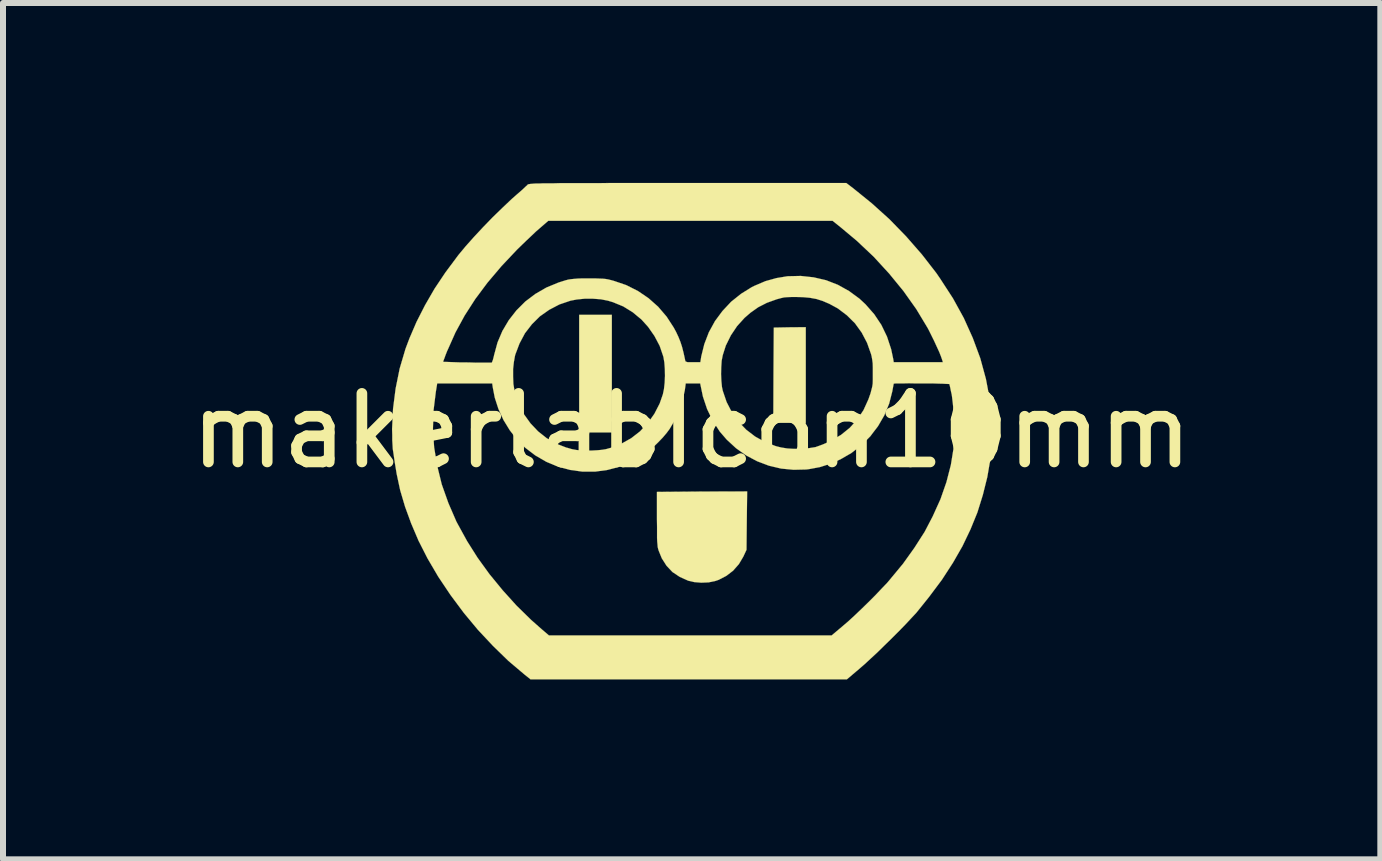
<source format=kicad_pcb>
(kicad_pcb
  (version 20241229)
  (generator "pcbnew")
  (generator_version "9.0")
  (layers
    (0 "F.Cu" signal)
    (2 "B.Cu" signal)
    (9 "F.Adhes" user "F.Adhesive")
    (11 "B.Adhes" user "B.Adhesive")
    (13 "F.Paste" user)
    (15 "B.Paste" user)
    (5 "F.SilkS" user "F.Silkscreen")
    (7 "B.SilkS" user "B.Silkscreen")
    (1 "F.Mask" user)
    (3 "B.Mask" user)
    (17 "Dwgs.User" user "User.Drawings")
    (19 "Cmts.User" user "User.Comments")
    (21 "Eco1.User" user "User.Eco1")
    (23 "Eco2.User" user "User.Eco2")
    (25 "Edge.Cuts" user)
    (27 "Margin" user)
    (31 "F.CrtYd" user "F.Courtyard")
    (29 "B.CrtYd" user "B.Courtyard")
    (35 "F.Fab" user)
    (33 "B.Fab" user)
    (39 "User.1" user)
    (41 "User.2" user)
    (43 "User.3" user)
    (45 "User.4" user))
  (footprint "makerlabIcon10mm"
    (layer "F.Cu")
    (at 8.48 4.131)
    (property "Reference" "makerlabIcon10mm" (at 0 0 0) (layer "F.SilkS") (effects (font (size 1.143 1.143) (thickness 0.178))))
    (attr through_hole)
    (fp_poly (pts (xy -1.331 0.028) (xy -1.603 0.028) (xy -1.875 0.028) (xy -1.875 -0.953) (xy -1.875 -1.933) (xy -1.603 -1.933) (xy -1.331 -1.933) (xy -1.331 -0.953) (xy -1.331 0.028)) (stroke (width 0.003) (type solid)) (fill yes) (layer "F.SilkS"))
    (fp_poly (pts (xy 1.902 -0.132) (xy 1.633 -0.132) (xy 1.361 -0.132) (xy 1.364 -0.927) (xy 1.369 -1.72) (xy 1.636 -1.725) (xy 1.902 -1.727) (xy 1.902 -0.93) (xy 1.902 -0.132)) (stroke (width 0.003) (type solid)) (fill yes) (layer "F.SilkS"))
    (fp_poly (pts (xy 0.925 1.011) (xy 0.919 1.496) (xy 0.914 1.984) (xy 0.861 2.098) (xy 0.787 2.223) (xy 0.691 2.332) (xy 0.579 2.418) (xy 0.452 2.484) (xy 0.394 2.504) (xy 0.282 2.527) (xy 0.16 2.532) (xy 0.041 2.522) (xy -0.058 2.499) (xy -0.198 2.436) (xy -0.32 2.355) (xy -0.419 2.25) (xy -0.498 2.126) (xy -0.551 1.996) (xy -0.559 1.968) (xy -0.566 1.938) (xy -0.569 1.9) (xy -0.574 1.849) (xy -0.577 1.788) (xy -0.577 1.707) (xy -0.577 1.603) (xy -0.579 1.476) (xy -0.579 1.463) (xy -0.579 1.019) (xy 0.173 1.013) (xy 0.925 1.011)) (stroke (width 0.003) (type solid)) (fill yes) (layer "F.SilkS"))
    (fp_poly (pts (xy 4.999 0.084) (xy 4.996 0.211) (xy 4.994 0.325) (xy 4.986 0.422) (xy 4.981 0.462) (xy 4.928 0.772) (xy 4.854 1.069) (xy 4.763 1.361) (xy 4.648 1.643) (xy 4.514 1.923) (xy 4.376 2.164) (xy 4.376 0.084) (xy 4.376 -0.048) (xy 4.374 -0.188) (xy 4.366 -0.325) (xy 4.354 -0.452) (xy 4.341 -0.561) (xy 4.336 -0.599) (xy 4.321 -0.665) (xy 4.31 -0.721) (xy 4.3 -0.762) (xy 4.295 -0.78) (xy 4.28 -0.78) (xy 4.239 -0.782) (xy 4.188 -0.785) (xy 4.188 -1.143) (xy 4.178 -1.176) (xy 4.158 -1.234) (xy 4.128 -1.311) (xy 4.087 -1.4) (xy 4.044 -1.494) (xy 3.998 -1.587) (xy 3.955 -1.674) (xy 3.929 -1.722) (xy 3.744 -2.029) (xy 3.531 -2.329) (xy 3.292 -2.621) (xy 3.033 -2.903) (xy 2.753 -3.167) (xy 2.489 -3.388) (xy 2.349 -3.5) (xy -0.02 -3.5) (xy -2.39 -3.5) (xy -2.537 -3.373) (xy -2.596 -3.322) (xy -2.667 -3.254) (xy -2.748 -3.178) (xy -2.83 -3.099) (xy -2.908 -3.023) (xy -2.913 -3.018) (xy -3.172 -2.743) (xy -3.404 -2.469) (xy -3.607 -2.197) (xy -3.785 -1.92) (xy -3.937 -1.641) (xy -4.064 -1.356) (xy -4.077 -1.328) (xy -4.102 -1.265) (xy -4.122 -1.209) (xy -4.138 -1.168) (xy -4.143 -1.151) (xy -4.13 -1.148) (xy -4.092 -1.148) (xy -4.031 -1.146) (xy -3.957 -1.143) (xy -3.871 -1.14) (xy -3.78 -1.14) (xy -3.686 -1.138) (xy -3.592 -1.135) (xy -3.508 -1.135) (xy -3.434 -1.135) (xy -3.376 -1.135) (xy -3.34 -1.135) (xy -3.332 -1.135) (xy -3.325 -1.151) (xy -3.312 -1.186) (xy -3.299 -1.237) (xy -3.292 -1.267) (xy -3.236 -1.473) (xy -3.155 -1.664) (xy -3.048 -1.844) (xy -2.921 -2.007) (xy -2.774 -2.154) (xy -2.606 -2.281) (xy -2.421 -2.388) (xy -2.22 -2.471) (xy -2.106 -2.507) (xy -2.057 -2.52) (xy -2.012 -2.527) (xy -1.961 -2.532) (xy -1.902 -2.537) (xy -1.826 -2.54) (xy -1.727 -2.54) (xy -1.712 -2.54) (xy -1.615 -2.54) (xy -1.539 -2.537) (xy -1.481 -2.535) (xy -1.43 -2.53) (xy -1.387 -2.522) (xy -1.339 -2.51) (xy -1.298 -2.499) (xy -1.09 -2.428) (xy -0.894 -2.329) (xy -0.719 -2.21) (xy -0.559 -2.068) (xy -0.417 -1.902) (xy -0.3 -1.722) (xy -0.259 -1.646) (xy -0.221 -1.565) (xy -0.188 -1.483) (xy -0.16 -1.397) (xy -0.135 -1.298) (xy -0.109 -1.179) (xy -0.109 -1.176) (xy -0.104 -1.158) (xy -0.091 -1.151) (xy -0.066 -1.143) (xy -0.025 -1.143) (xy 0.02 -1.143) (xy 0.145 -1.143) (xy 0.16 -1.24) (xy 0.211 -1.445) (xy 0.287 -1.643) (xy 0.389 -1.829) (xy 0.513 -1.996) (xy 0.658 -2.151) (xy 0.823 -2.283) (xy 1.003 -2.395) (xy 1.046 -2.416) (xy 1.229 -2.494) (xy 1.412 -2.545) (xy 1.598 -2.576) (xy 1.819 -2.581) (xy 2.032 -2.558) (xy 2.24 -2.51) (xy 2.438 -2.433) (xy 2.624 -2.329) (xy 2.797 -2.202) (xy 2.898 -2.108) (xy 3.043 -1.943) (xy 3.162 -1.765) (xy 3.256 -1.57) (xy 3.325 -1.361) (xy 3.36 -1.196) (xy 3.368 -1.143) (xy 3.78 -1.143) (xy 4.188 -1.143) (xy 4.188 -0.785) (xy 4.178 -0.785) (xy 4.102 -0.787) (xy 4.013 -0.79) (xy 3.917 -0.79) (xy 3.815 -0.79) (xy 3.716 -0.79) (xy 3.622 -0.792) (xy 3.536 -0.79) (xy 3.462 -0.79) (xy 3.409 -0.79) (xy 3.376 -0.787) (xy 3.368 -0.785) (xy 3.365 -0.77) (xy 3.358 -0.732) (xy 3.348 -0.678) (xy 3.345 -0.66) (xy 3.292 -0.452) (xy 3.211 -0.257) (xy 3.106 -0.076) (xy 3.02 0.036) (xy 3.02 -0.927) (xy 3.02 -0.96) (xy 3.02 -1.054) (xy 3.018 -1.125) (xy 3.01 -1.186) (xy 3 -1.242) (xy 2.99 -1.28) (xy 2.924 -1.466) (xy 2.835 -1.636) (xy 2.723 -1.791) (xy 2.588 -1.925) (xy 2.436 -2.04) (xy 2.296 -2.116) (xy 2.184 -2.164) (xy 2.08 -2.197) (xy 1.971 -2.217) (xy 1.852 -2.228) (xy 1.75 -2.23) (xy 1.661 -2.23) (xy 1.595 -2.228) (xy 1.539 -2.223) (xy 1.491 -2.212) (xy 1.435 -2.197) (xy 1.417 -2.192) (xy 1.255 -2.134) (xy 1.11 -2.06) (xy 0.98 -1.968) (xy 0.881 -1.882) (xy 0.757 -1.745) (xy 0.653 -1.59) (xy 0.569 -1.42) (xy 0.518 -1.26) (xy 0.5 -1.168) (xy 0.493 -1.059) (xy 0.49 -0.945) (xy 0.495 -0.831) (xy 0.505 -0.729) (xy 0.518 -0.668) (xy 0.582 -0.48) (xy 0.671 -0.307) (xy 0.78 -0.152) (xy 0.909 -0.018) (xy 1.059 0.097) (xy 1.224 0.188) (xy 1.405 0.257) (xy 1.494 0.279) (xy 1.595 0.295) (xy 1.712 0.302) (xy 1.834 0.3) (xy 1.953 0.29) (xy 2.055 0.274) (xy 2.065 0.272) (xy 2.116 0.254) (xy 2.184 0.229) (xy 2.261 0.196) (xy 2.324 0.165) (xy 2.489 0.069) (xy 2.634 -0.048) (xy 2.761 -0.188) (xy 2.865 -0.345) (xy 2.946 -0.523) (xy 2.982 -0.625) (xy 2.997 -0.683) (xy 3.01 -0.734) (xy 3.018 -0.785) (xy 3.02 -0.848) (xy 3.02 -0.927) (xy 3.02 0.036) (xy 2.979 0.091) (xy 2.83 0.241) (xy 2.662 0.371) (xy 2.482 0.475) (xy 2.309 0.551) (xy 2.139 0.605) (xy 1.963 0.638) (xy 1.91 0.645) (xy 1.699 0.65) (xy 1.491 0.63) (xy 1.288 0.582) (xy 1.092 0.508) (xy 0.909 0.411) (xy 0.739 0.29) (xy 0.584 0.147) (xy 0.47 0.015) (xy 0.351 -0.168) (xy 0.257 -0.363) (xy 0.188 -0.569) (xy 0.168 -0.665) (xy 0.142 -0.79) (xy 0.023 -0.79) (xy -0.099 -0.79) (xy -0.114 -0.678) (xy -0.15 -0.513) (xy -0.208 -0.34) (xy -0.284 -0.173) (xy -0.368 -0.03) (xy -0.417 0.036) (xy -0.445 0.069) (xy -0.445 -0.914) (xy -0.447 -1.029) (xy -0.455 -1.138) (xy -0.47 -1.227) (xy -0.475 -1.245) (xy -0.533 -1.415) (xy -0.62 -1.58) (xy -0.726 -1.732) (xy -0.836 -1.854) (xy -0.983 -1.976) (xy -1.14 -2.073) (xy -1.313 -2.144) (xy -1.397 -2.169) (xy -1.514 -2.192) (xy -1.646 -2.202) (xy -1.783 -2.202) (xy -1.913 -2.189) (xy -2.019 -2.169) (xy -2.205 -2.106) (xy -2.375 -2.017) (xy -2.53 -1.908) (xy -2.664 -1.775) (xy -2.779 -1.626) (xy -2.87 -1.455) (xy -2.939 -1.273) (xy -2.946 -1.247) (xy -2.964 -1.146) (xy -2.977 -1.029) (xy -2.977 -0.904) (xy -2.972 -0.78) (xy -2.954 -0.671) (xy -2.944 -0.622) (xy -2.883 -0.442) (xy -2.797 -0.277) (xy -2.687 -0.124) (xy -2.56 0.01) (xy -2.416 0.124) (xy -2.256 0.216) (xy -2.085 0.282) (xy -2.073 0.284) (xy -1.994 0.307) (xy -1.923 0.32) (xy -1.849 0.328) (xy -1.765 0.33) (xy -1.669 0.33) (xy -1.575 0.325) (xy -1.499 0.318) (xy -1.43 0.307) (xy -1.359 0.287) (xy -1.356 0.287) (xy -1.176 0.218) (xy -1.008 0.124) (xy -0.861 0.01) (xy -0.732 -0.127) (xy -0.622 -0.282) (xy -0.533 -0.455) (xy -0.48 -0.607) (xy -0.462 -0.693) (xy -0.45 -0.8) (xy -0.445 -0.914) (xy -0.445 0.069) (xy -0.483 0.114) (xy -0.559 0.193) (xy -0.64 0.272) (xy -0.719 0.343) (xy -0.787 0.396) (xy -0.805 0.406) (xy -0.998 0.518) (xy -1.199 0.599) (xy -1.405 0.653) (xy -1.61 0.681) (xy -1.819 0.681) (xy -2.024 0.653) (xy -2.225 0.599) (xy -2.421 0.518) (xy -2.609 0.409) (xy -2.779 0.279) (xy -2.913 0.145) (xy -3.033 -0.01) (xy -3.137 -0.18) (xy -3.221 -0.363) (xy -3.282 -0.551) (xy -3.315 -0.721) (xy -3.325 -0.79) (xy -3.782 -0.79) (xy -4.242 -0.79) (xy -4.265 -0.648) (xy -4.303 -0.34) (xy -4.313 -0.03) (xy -4.293 0.277) (xy -4.242 0.584) (xy -4.166 0.894) (xy -4.056 1.204) (xy -3.922 1.514) (xy -3.896 1.562) (xy -3.744 1.839) (xy -3.569 2.116) (xy -3.371 2.39) (xy -3.152 2.657) (xy -2.921 2.913) (xy -2.677 3.152) (xy -2.504 3.305) (xy -2.38 3.411) (xy -0.023 3.411) (xy 2.334 3.411) (xy 2.512 3.261) (xy 2.609 3.178) (xy 2.718 3.078) (xy 2.832 2.969) (xy 2.949 2.855) (xy 3.063 2.741) (xy 3.167 2.631) (xy 3.259 2.535) (xy 3.302 2.484) (xy 3.523 2.217) (xy 3.713 1.951) (xy 3.884 1.684) (xy 4.018 1.427) (xy 4.148 1.14) (xy 4.247 0.856) (xy 4.321 0.569) (xy 4.364 0.302) (xy 4.371 0.203) (xy 4.376 0.084) (xy 4.376 2.164) (xy 4.354 2.202) (xy 4.171 2.484) (xy 3.96 2.766) (xy 3.807 2.957) (xy 3.744 3.035) (xy 3.658 3.127) (xy 3.561 3.231) (xy 3.452 3.343) (xy 3.338 3.457) (xy 3.218 3.574) (xy 3.104 3.686) (xy 2.992 3.79) (xy 2.891 3.884) (xy 2.807 3.957) (xy 2.588 4.143) (xy -0.048 4.143) (xy -2.687 4.143) (xy -2.789 4.061) (xy -3.056 3.835) (xy -3.312 3.586) (xy -3.564 3.317) (xy -3.8 3.033) (xy -4.021 2.736) (xy -4.224 2.433) (xy -4.404 2.126) (xy -4.559 1.821) (xy -4.559 1.819) (xy -4.676 1.544) (xy -4.778 1.265) (xy -4.859 0.991) (xy -4.917 0.721) (xy -4.948 0.533) (xy -4.958 0.465) (xy -4.968 0.396) (xy -4.976 0.343) (xy -4.978 0.333) (xy -4.983 0.295) (xy -4.986 0.236) (xy -4.991 0.157) (xy -4.991 0.069) (xy -4.994 -0.025) (xy -4.994 -0.028) (xy -4.978 -0.366) (xy -4.935 -0.704) (xy -4.867 -1.039) (xy -4.77 -1.367) (xy -4.704 -1.542) (xy -4.587 -1.814) (xy -4.445 -2.093) (xy -4.285 -2.37) (xy -4.105 -2.639) (xy -3.912 -2.898) (xy -3.889 -2.929) (xy -3.767 -3.076) (xy -3.627 -3.233) (xy -3.475 -3.396) (xy -3.315 -3.561) (xy -3.152 -3.719) (xy -2.997 -3.866) (xy -2.913 -3.94) (xy -2.855 -3.99) (xy -2.804 -4.036) (xy -2.764 -4.074) (xy -2.738 -4.097) (xy -2.736 -4.102) (xy -2.733 -4.105) (xy -2.728 -4.107) (xy -2.718 -4.11) (xy -2.705 -4.112) (xy -2.687 -4.115) (xy -2.662 -4.117) (xy -2.629 -4.12) (xy -2.588 -4.122) (xy -2.535 -4.122) (xy -2.469 -4.125) (xy -2.393 -4.125) (xy -2.299 -4.125) (xy -2.192 -4.128) (xy -2.065 -4.128) (xy -1.923 -4.128) (xy -1.76 -4.128) (xy -1.577 -4.128) (xy -1.372 -4.13) (xy -1.143 -4.13) (xy -0.889 -4.13) (xy -0.61 -4.13) (xy -0.302 -4.13) (xy -0.066 -4.13) (xy 2.578 -4.13) (xy 2.697 -4.039) (xy 3.002 -3.792) (xy 3.297 -3.526) (xy 3.576 -3.239) (xy 3.838 -2.939) (xy 4.077 -2.631) (xy 4.145 -2.532) (xy 4.356 -2.207) (xy 4.536 -1.88) (xy 4.686 -1.547) (xy 4.811 -1.209) (xy 4.905 -0.864) (xy 4.971 -0.516) (xy 4.973 -0.505) (xy 4.983 -0.417) (xy 4.991 -0.307) (xy 4.996 -0.183) (xy 4.999 -0.051) (xy 4.999 0.084)) (stroke (width 0.003) (type solid)) (fill yes) (layer "F.SilkS")))
  (gr_rect
    (start -3 -3)
    (end 19.96 11.275)
    (stroke (width 0.1) (type default))
    (fill no)
    (layer "Edge.Cuts")))
</source>
